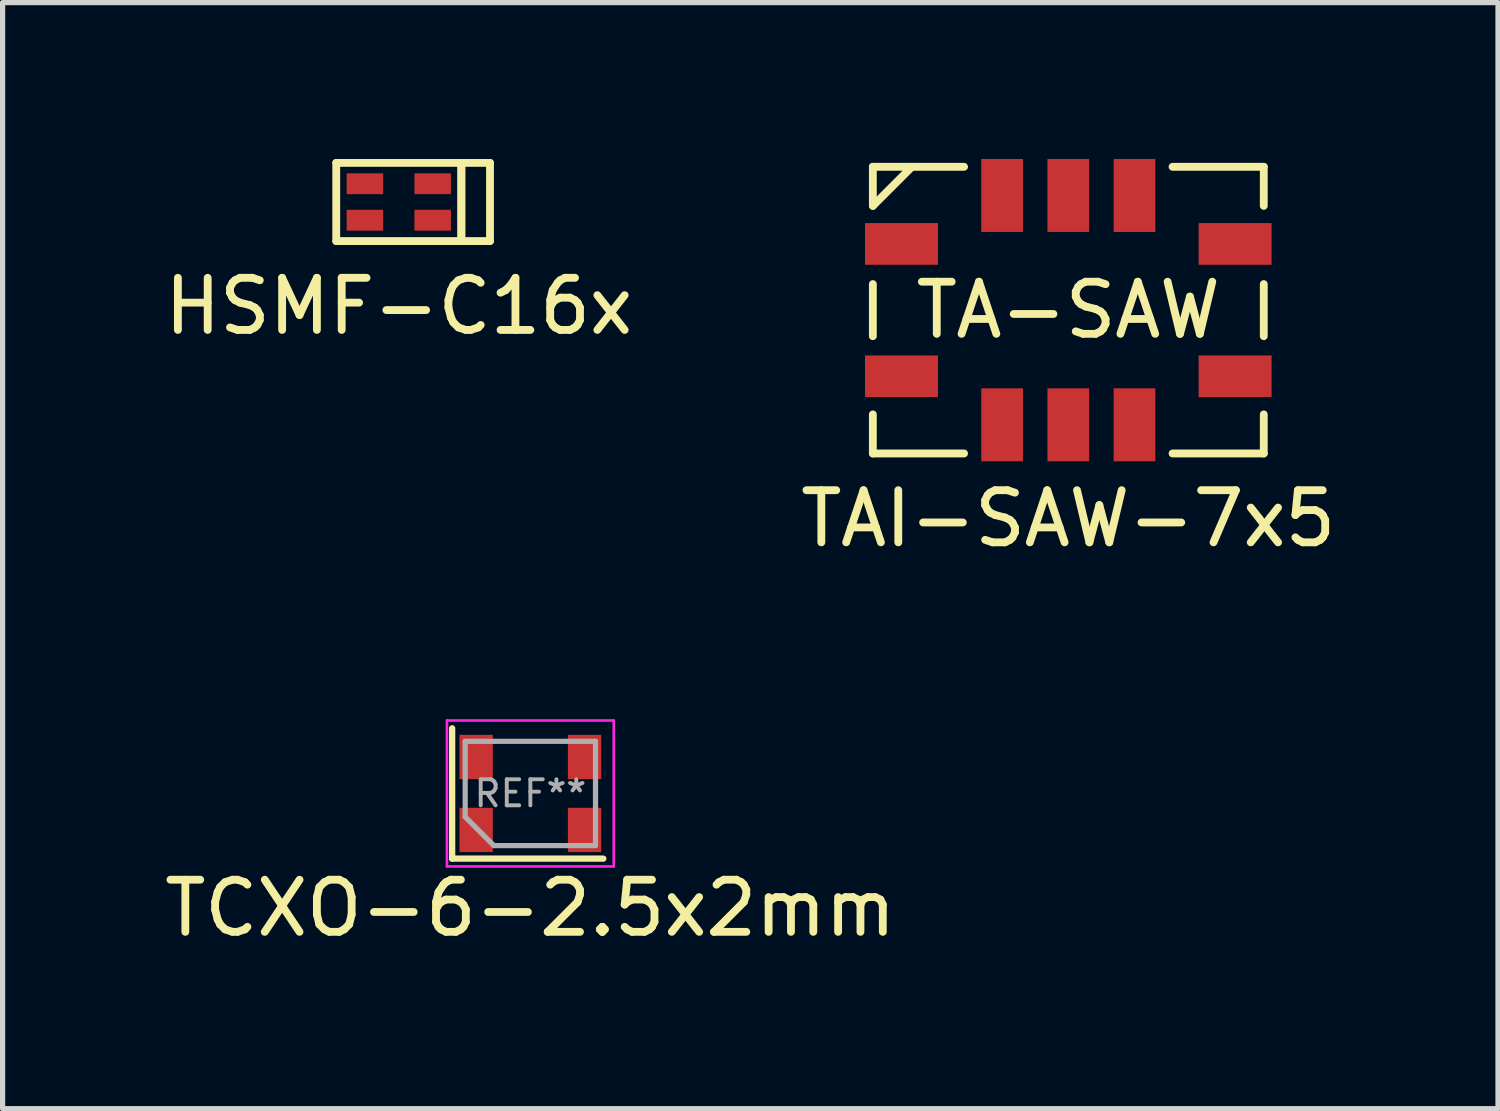
<source format=kicad_pcb>
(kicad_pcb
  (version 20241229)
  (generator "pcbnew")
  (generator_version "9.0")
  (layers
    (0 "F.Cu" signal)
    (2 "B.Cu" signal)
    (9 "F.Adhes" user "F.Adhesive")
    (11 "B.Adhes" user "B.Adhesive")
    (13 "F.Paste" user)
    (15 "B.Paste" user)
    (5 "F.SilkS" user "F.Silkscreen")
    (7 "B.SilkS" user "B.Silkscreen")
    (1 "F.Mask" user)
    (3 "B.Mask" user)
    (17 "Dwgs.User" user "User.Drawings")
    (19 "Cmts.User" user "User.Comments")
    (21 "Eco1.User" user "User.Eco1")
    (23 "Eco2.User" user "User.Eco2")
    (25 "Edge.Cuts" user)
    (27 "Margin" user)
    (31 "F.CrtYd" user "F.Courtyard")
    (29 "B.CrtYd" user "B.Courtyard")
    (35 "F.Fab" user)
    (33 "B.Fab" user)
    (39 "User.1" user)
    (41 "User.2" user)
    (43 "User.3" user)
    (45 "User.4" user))
  (footprint "TAI-SAW-7x5"
    (layer "F.Cu")
    (at 17.446 2.9)
    (property "Reference" "TAI-SAW-7x5" (at 0 4 0) (layer "F.SilkS") (effects (font (size 1 1) (thickness 0.15))))
    (attr through_hole)
    (fp_line (start -3.75 -2.75) (end -2 -2.75) (stroke (width 0.15) (type solid)) (layer "F.SilkS"))
    (fp_line (start -3.75 -2) (end -3.75 -2.75) (stroke (width 0.15) (type solid)) (layer "F.SilkS"))
    (fp_line (start -3.75 -2) (end -3 -2.75) (stroke (width 0.15) (type solid)) (layer "F.SilkS"))
    (fp_line (start -3.75 0.5) (end -3.75 -0.5) (stroke (width 0.15) (type solid)) (layer "F.SilkS"))
    (fp_line (start -3.75 2.75) (end -3.75 2) (stroke (width 0.15) (type solid)) (layer "F.SilkS"))
    (fp_line (start -2 2.75) (end -3.75 2.75) (stroke (width 0.15) (type solid)) (layer "F.SilkS"))
    (fp_line (start 2 -2.75) (end 3.75 -2.75) (stroke (width 0.15) (type solid)) (layer "F.SilkS"))
    (fp_line (start 3.75 -2.75) (end 3.75 -2) (stroke (width 0.15) (type solid)) (layer "F.SilkS"))
    (fp_line (start 3.75 -0.5) (end 3.75 0.5) (stroke (width 0.15) (type solid)) (layer "F.SilkS"))
    (fp_line (start 3.75 2) (end 3.75 2.75) (stroke (width 0.15) (type solid)) (layer "F.SilkS"))
    (fp_line (start 3.75 2.75) (end 2 2.75) (stroke (width 0.15) (type solid)) (layer "F.SilkS"))
    (fp_text user "TA-SAW" (at 0 0 0) (layer "F.SilkS") (effects (font (size 1 1) (thickness 0.15))))
    (pad "1" smd rect (at -1.27 -2.2) (size 0.8 1.4) (layers "F.Cu" "F.Mask" "F.Paste"))
    (pad "2" smd rect (at 0 -2.2) (size 0.8 1.4) (layers "F.Cu" "F.Mask" "F.Paste"))
    (pad "3" smd rect (at 1.27 -2.2) (size 0.8 1.4) (layers "F.Cu" "F.Mask" "F.Paste"))
    (pad "4" smd rect (at 3.2 -1.27) (size 1.4 0.8) (layers "F.Cu" "F.Mask" "F.Paste"))
    (pad "5" smd rect (at 3.2 1.27) (size 1.4 0.8) (layers "F.Cu" "F.Mask" "F.Paste"))
    (pad "6" smd rect (at 1.27 2.2) (size 0.8 1.4) (layers "F.Cu" "F.Mask" "F.Paste"))
    (pad "7" smd rect (at 0 2.2) (size 0.8 1.4) (layers "F.Cu" "F.Mask" "F.Paste"))
    (pad "8" smd rect (at -1.27 2.2) (size 0.8 1.4) (layers "F.Cu" "F.Mask" "F.Paste"))
    (pad "9" smd rect (at -3.2 1.27) (size 1.4 0.8) (layers "F.Cu" "F.Mask" "F.Paste"))
    (pad "10" smd rect (at -3.2 -1.27) (size 1.4 0.8) (layers "F.Cu" "F.Mask" "F.Paste")))
  (footprint "HSMF-C16x"
    (layer "F.Cu")
    (at 4.601 0.825)
    (property "Reference" "HSMF-C16x" (at 0 2 0) (layer "F.SilkS") (effects (font (size 1 1) (thickness 0.15))))
    (attr through_hole)
    (fp_line (start -1.2 -0.75) (end 1.2 -0.75) (stroke (width 0.15) (type solid)) (layer "F.SilkS"))
    (fp_line (start -1.2 0.75) (end -1.2 -0.75) (stroke (width 0.15) (type solid)) (layer "F.SilkS"))
    (fp_line (start 1.2 -0.75) (end 1.2 0.75) (stroke (width 0.15) (type solid)) (layer "F.SilkS"))
    (fp_line (start 1.2 0.75) (end -1.2 0.75) (stroke (width 0.15) (type solid)) (layer "F.SilkS"))
    (fp_line (start 1.2 0.75) (end 1.2 -0.75) (stroke (width 0.15) (type solid)) (layer "F.SilkS"))
    (fp_line (start 1.2 0.75) (end 1.75 0.75) (stroke (width 0.15) (type solid)) (layer "F.SilkS"))
    (fp_line (start 1.75 -0.75) (end 1.2 -0.75) (stroke (width 0.15) (type solid)) (layer "F.SilkS"))
    (fp_line (start 1.75 -0.75) (end 1.75 0.75) (stroke (width 0.15) (type solid)) (layer "F.SilkS"))
    (pad "1" smd rect (at -0.65 -0.35) (size 0.7 0.4) (layers "F.Cu" "F.Mask" "F.Paste"))
    (pad "2" smd rect (at -0.65 0.35) (size 0.7 0.4) (layers "F.Cu" "F.Mask" "F.Paste"))
    (pad "3" smd rect (at 0.65 -0.35) (size 0.7 0.4) (layers "F.Cu" "F.Mask" "F.Paste"))
    (pad "4" smd rect (at 0.65 0.35) (size 0.7 0.4) (layers "F.Cu" "F.Mask" "F.Paste")))
  (footprint "TCXO-6-2.5x2mm"
    (layer "F.Cu")
    (at 7.125 12.173)
    (property "Reference" "TCXO-6-2.5x2mm" (at 0 2.2 0) (layer "F.SilkS") (effects (font (size 1 1) (thickness 0.15))))
    (attr through_hole)
    (fp_line (start -1.5 -1.25) (end -1.5 1.25) (stroke (width 0.12) (type solid)) (layer "F.SilkS"))
    (fp_line (start -1.5 1.25) (end 1.4 1.25) (stroke (width 0.12) (type solid)) (layer "F.SilkS"))
    (fp_line (start -1.6 -1.4) (end 1.6 -1.4) (stroke (width 0.05) (type solid)) (layer "F.CrtYd"))
    (fp_line (start -1.6 1.4) (end -1.6 -1.4) (stroke (width 0.05) (type solid)) (layer "F.CrtYd"))
    (fp_line (start 1.6 -1.4) (end 1.6 1.4) (stroke (width 0.05) (type solid)) (layer "F.CrtYd"))
    (fp_line (start 1.6 1.4) (end -1.6 1.4) (stroke (width 0.05) (type solid)) (layer "F.CrtYd"))
    (fp_line (start -1.25 -1) (end 1.25 -1) (stroke (width 0.1) (type solid)) (layer "F.Fab"))
    (fp_line (start -1.25 0.45) (end -1.25 -1) (stroke (width 0.1) (type solid)) (layer "F.Fab"))
    (fp_line (start -0.7 1) (end -1.25 0.45) (stroke (width 0.1) (type solid)) (layer "F.Fab"))
    (fp_line (start 1.25 -1) (end 1.25 1) (stroke (width 0.1) (type solid)) (layer "F.Fab"))
    (fp_line (start 1.25 1) (end -0.7 1) (stroke (width 0.1) (type solid)) (layer "F.Fab"))
    (fp_text user "REF**" (at 0 0 0) (layer "F.Fab") (effects (font (size 0.5 0.5) (thickness 0.075))))
    (pad "1" smd rect (at -1.04 0.7) (size 0.64 0.85) (layers "F.Cu" "F.Mask" "F.Paste"))
    (pad "3" smd rect (at 1.04 0.7) (size 0.64 0.85) (layers "F.Cu" "F.Mask" "F.Paste"))
    (pad "4" smd rect (at 1.04 -0.7) (size 0.64 0.85) (layers "F.Cu" "F.Mask" "F.Paste"))
    (pad "6" smd rect (at -1.04 -0.7) (size 0.64 0.85) (layers "F.Cu" "F.Mask" "F.Paste")))
  (gr_rect
    (start -3 -3)
    (end 25.69 18.221)
    (stroke (width 0.1) (type default))
    (fill no)
    (layer "Edge.Cuts")))
</source>
